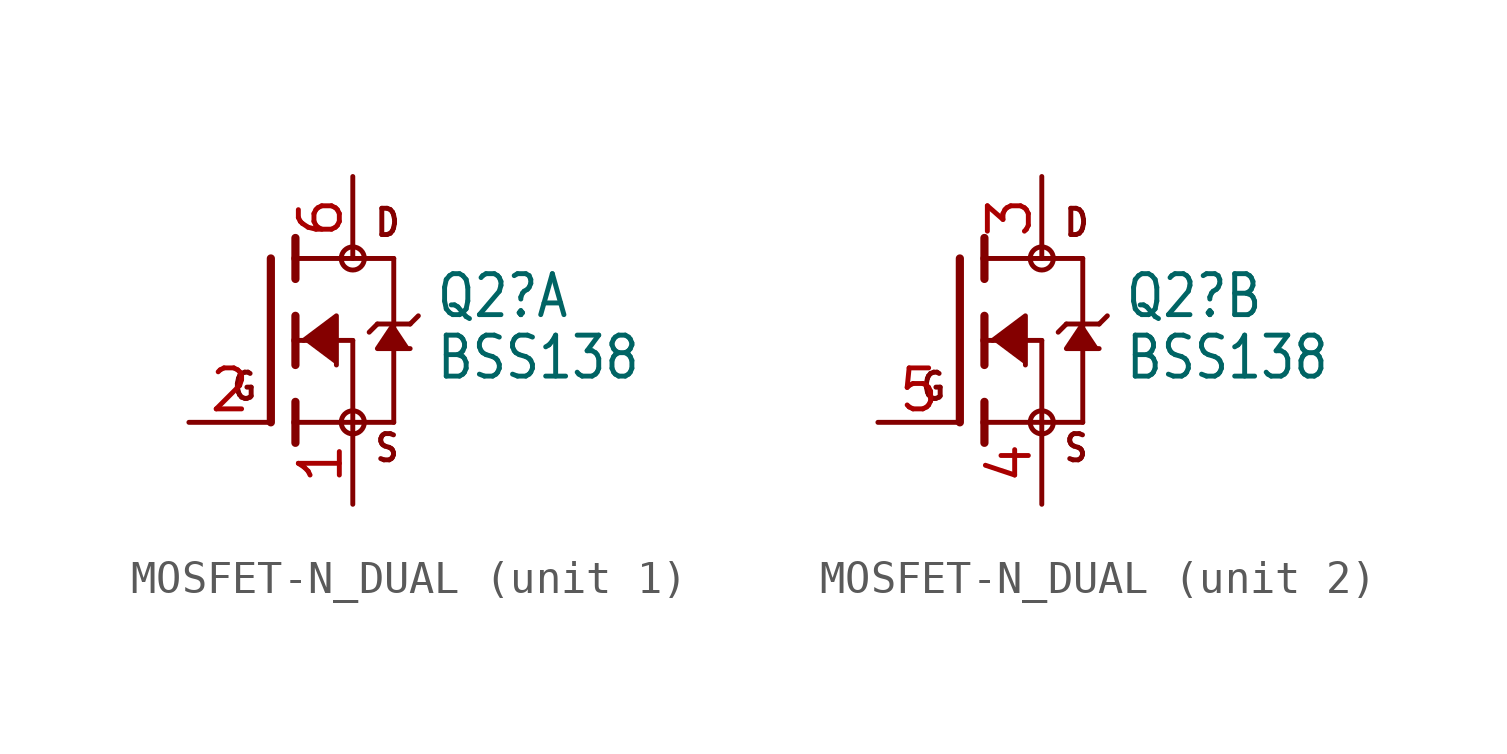
<source format=kicad_sym>
(kicad_symbol_lib
  (version 20220914)
  (generator kicad_symbol_editor)
  (symbol "MOSFET-N_DUAL"
    (property "Reference" "Q2"
      (at 5.08 0.635 0)
      (effects (font (size 1.27 1.079)) (justify left bottom)))
    (property "Value" "BSS138"
      (at 5.08 -1.27 0)
      (effects (font (size 1.27 1.079)) (justify left bottom)))
    (property "ki_locked" ""
      (at 0 0 0)
      (effects (font (size 1.27 1.27))))
    (symbol "MOSFET-N_DUAL_1_0"
      (polyline (pts (xy 0 2.54) (xy 0 -2.54)) (stroke (width 0.254) (type solid)) (fill (type none)))
      (polyline (pts (xy 0.762 -2.54) (xy 0.762 -3.175)) (stroke (width 0.254) (type solid)) (fill (type none)))
      (polyline (pts (xy 0.762 -1.905) (xy 0.762 -2.54)) (stroke (width 0.254) (type solid)) (fill (type none)))
      (polyline (pts (xy 0.762 0) (xy 0.762 -0.762)) (stroke (width 0.254) (type solid)) (fill (type none)))
      (polyline (pts (xy 0.762 0) (xy 2.54 0)) (stroke (width 0.152) (type solid)) (fill (type none)))
      (polyline (pts (xy 0.762 0.762) (xy 0.762 0)) (stroke (width 0.254) (type solid)) (fill (type none)))
      (polyline (pts (xy 0.762 2.54) (xy 0.762 1.905)) (stroke (width 0.254) (type solid)) (fill (type none)))
      (polyline (pts (xy 0.762 2.54) (xy 3.81 2.54)) (stroke (width 0.152) (type solid)) (fill (type none)))
      (polyline (pts (xy 0.762 3.175) (xy 0.762 2.54)) (stroke (width 0.254) (type solid)) (fill (type none)))
      (polyline (pts (xy 2.54 -2.54) (xy 0.762 -2.54)) (stroke (width 0.152) (type solid)) (fill (type none)))
      (polyline (pts (xy 2.54 -2.54) (xy 3.81 -2.54)) (stroke (width 0.152) (type solid)) (fill (type none)))
      (polyline (pts (xy 2.54 0) (xy 2.54 -2.54)) (stroke (width 0.152) (type solid)) (fill (type none)))
      (polyline (pts (xy 3.302 0.508) (xy 3.048 0.254)) (stroke (width 0.152) (type solid)) (fill (type none)))
      (polyline (pts (xy 3.81 0.508) (xy 3.302 0.508)) (stroke (width 0.152) (type solid)) (fill (type none)))
      (polyline (pts (xy 3.81 0.508) (xy 3.81 -2.54)) (stroke (width 0.152) (type solid)) (fill (type none)))
      (polyline (pts (xy 3.81 2.54) (xy 3.81 0.508)) (stroke (width 0.152) (type solid)) (fill (type none)))
      (polyline (pts (xy 4.318 0.508) (xy 3.81 0.508)) (stroke (width 0.152) (type solid)) (fill (type none)))
      (polyline (pts (xy 4.572 0.762) (xy 4.318 0.508)) (stroke (width 0.152) (type solid)) (fill (type none)))
      (polyline (pts (xy 1.016 0) (xy 2.032 0.762) (xy 2.032 -0.762)) (stroke (width 0.152) (type solid)) (fill (type outline)))
      (polyline (pts (xy 3.81 0.508) (xy 3.302 -0.254) (xy 4.318 -0.254)) (stroke (width 0.152) (type solid)) (fill (type outline)))
      (circle (center 2.54 -2.54) (radius 0.359) (stroke (width 0) (type solid)) (fill (type none)))
      (circle (center 2.54 2.54) (radius 0.359) (stroke (width 0) (type solid)) (fill (type none)))
      (text "D" (at 3.175 3.175 0) (effects (font (size 0.813 0.691)) (justify left bottom)))
      (text "G" (at -1.27 -1.905 0) (effects (font (size 0.813 0.691)) (justify left bottom)))
      (text "S" (at 3.175 -3.81 0) (effects (font (size 0.813 0.691)) (justify left bottom)))
      (pin bidirectional line (at 2.54 -5.08 90) (length 2.54) (name "S" (effects (font (size 0 0)))) (number "1" (effects (font (size 1.27 1.27)))))
      (pin bidirectional line (at -2.54 -2.54 0) (length 2.54) (name "G" (effects (font (size 0 0)))) (number "2" (effects (font (size 1.27 1.27)))))
      (pin bidirectional line (at 2.54 5.08 270) (length 2.54) (name "D" (effects (font (size 0 0)))) (number "6" (effects (font (size 1.27 1.27))))))
    (symbol "MOSFET-N_DUAL_2_0"
      (polyline (pts (xy 0 2.54) (xy 0 -2.54)) (stroke (width 0.254) (type solid)) (fill (type none)))
      (polyline (pts (xy 0.762 -2.54) (xy 0.762 -3.175)) (stroke (width 0.254) (type solid)) (fill (type none)))
      (polyline (pts (xy 0.762 -1.905) (xy 0.762 -2.54)) (stroke (width 0.254) (type solid)) (fill (type none)))
      (polyline (pts (xy 0.762 0) (xy 0.762 -0.762)) (stroke (width 0.254) (type solid)) (fill (type none)))
      (polyline (pts (xy 0.762 0) (xy 2.54 0)) (stroke (width 0.152) (type solid)) (fill (type none)))
      (polyline (pts (xy 0.762 0.762) (xy 0.762 0)) (stroke (width 0.254) (type solid)) (fill (type none)))
      (polyline (pts (xy 0.762 2.54) (xy 0.762 1.905)) (stroke (width 0.254) (type solid)) (fill (type none)))
      (polyline (pts (xy 0.762 2.54) (xy 3.81 2.54)) (stroke (width 0.152) (type solid)) (fill (type none)))
      (polyline (pts (xy 0.762 3.175) (xy 0.762 2.54)) (stroke (width 0.254) (type solid)) (fill (type none)))
      (polyline (pts (xy 2.54 -2.54) (xy 0.762 -2.54)) (stroke (width 0.152) (type solid)) (fill (type none)))
      (polyline (pts (xy 2.54 -2.54) (xy 3.81 -2.54)) (stroke (width 0.152) (type solid)) (fill (type none)))
      (polyline (pts (xy 2.54 0) (xy 2.54 -2.54)) (stroke (width 0.152) (type solid)) (fill (type none)))
      (polyline (pts (xy 3.302 0.508) (xy 3.048 0.254)) (stroke (width 0.152) (type solid)) (fill (type none)))
      (polyline (pts (xy 3.81 0.508) (xy 3.302 0.508)) (stroke (width 0.152) (type solid)) (fill (type none)))
      (polyline (pts (xy 3.81 0.508) (xy 3.81 -2.54)) (stroke (width 0.152) (type solid)) (fill (type none)))
      (polyline (pts (xy 3.81 2.54) (xy 3.81 0.508)) (stroke (width 0.152) (type solid)) (fill (type none)))
      (polyline (pts (xy 4.318 0.508) (xy 3.81 0.508)) (stroke (width 0.152) (type solid)) (fill (type none)))
      (polyline (pts (xy 4.572 0.762) (xy 4.318 0.508)) (stroke (width 0.152) (type solid)) (fill (type none)))
      (polyline (pts (xy 1.016 0) (xy 2.032 0.762) (xy 2.032 -0.762)) (stroke (width 0.152) (type solid)) (fill (type outline)))
      (polyline (pts (xy 3.81 0.508) (xy 3.302 -0.254) (xy 4.318 -0.254)) (stroke (width 0.152) (type solid)) (fill (type outline)))
      (circle (center 2.54 -2.54) (radius 0.359) (stroke (width 0) (type solid)) (fill (type none)))
      (circle (center 2.54 2.54) (radius 0.359) (stroke (width 0) (type solid)) (fill (type none)))
      (text "D" (at 3.175 3.175 0) (effects (font (size 0.813 0.691)) (justify left bottom)))
      (text "G" (at -1.27 -1.905 0) (effects (font (size 0.813 0.691)) (justify left bottom)))
      (text "S" (at 3.175 -3.81 0) (effects (font (size 0.813 0.691)) (justify left bottom)))
      (pin bidirectional line (at 2.54 5.08 270) (length 2.54) (name "D" (effects (font (size 0 0)))) (number "3" (effects (font (size 1.27 1.27)))))
      (pin bidirectional line (at 2.54 -5.08 90) (length 2.54) (name "S" (effects (font (size 0 0)))) (number "4" (effects (font (size 1.27 1.27)))))
      (pin bidirectional line (at -2.54 -2.54 0) (length 2.54) (name "G" (effects (font (size 0 0)))) (number "5" (effects (font (size 1.27 1.27))))))))
</source>
